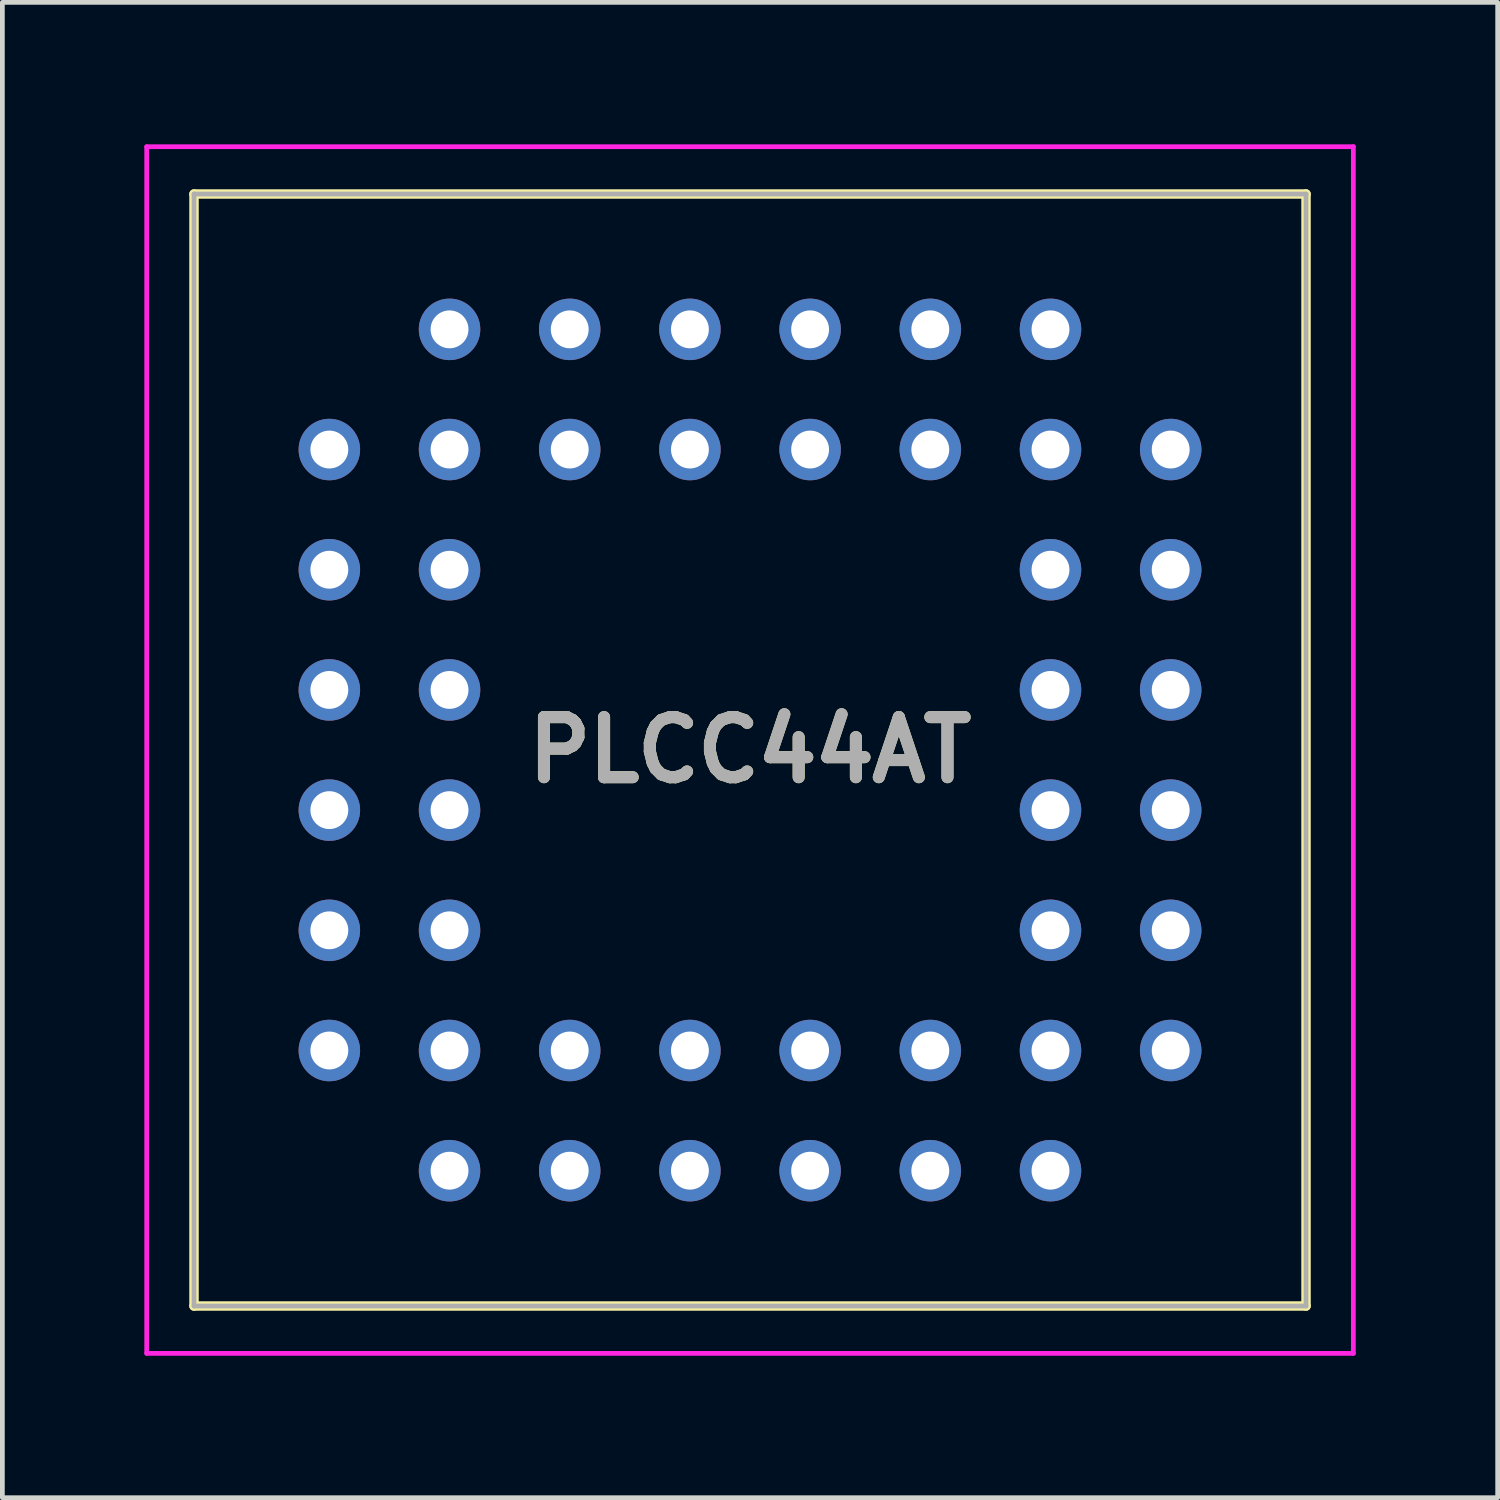
<source format=kicad_pcb>
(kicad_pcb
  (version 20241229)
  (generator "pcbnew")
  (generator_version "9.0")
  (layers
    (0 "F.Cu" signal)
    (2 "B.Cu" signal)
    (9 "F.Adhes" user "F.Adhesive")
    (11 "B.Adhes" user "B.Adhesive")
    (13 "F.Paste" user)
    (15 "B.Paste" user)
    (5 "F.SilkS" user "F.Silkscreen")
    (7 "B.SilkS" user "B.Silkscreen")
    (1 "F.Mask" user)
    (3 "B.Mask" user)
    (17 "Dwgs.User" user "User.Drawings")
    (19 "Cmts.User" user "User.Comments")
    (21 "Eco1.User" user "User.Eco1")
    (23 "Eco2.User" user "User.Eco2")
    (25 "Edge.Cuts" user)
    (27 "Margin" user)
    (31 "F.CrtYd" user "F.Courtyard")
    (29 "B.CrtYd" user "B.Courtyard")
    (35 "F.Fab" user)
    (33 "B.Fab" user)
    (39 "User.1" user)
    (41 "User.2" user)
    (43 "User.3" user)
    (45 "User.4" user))
  (footprint "PLCC44AT"
    (layer "F.Cu")
    (at 11.53 3.91)
    (property "Reference" "PLCC44AT" (at 1.27 8.89 0) (layer "F.SilkS") (effects (font (size 1.27 1.27) (thickness 0.254))))
    (attr through_hole)
    (fp_line (start -10.48 -2.86) (end 13.02 -2.86) (stroke (width 0.2) (type solid)) (layer "F.SilkS"))
    (fp_line (start -10.48 20.64) (end -10.48 -2.86) (stroke (width 0.2) (type solid)) (layer "F.SilkS"))
    (fp_line (start 13.02 -2.86) (end 13.02 20.64) (stroke (width 0.2) (type solid)) (layer "F.SilkS"))
    (fp_line (start 13.02 20.64) (end -10.48 20.64) (stroke (width 0.2) (type solid)) (layer "F.SilkS"))
    (fp_line (start -11.48 -3.86) (end 14.02 -3.86) (stroke (width 0.1) (type solid)) (layer "F.CrtYd"))
    (fp_line (start -11.48 21.64) (end -11.48 -3.86) (stroke (width 0.1) (type solid)) (layer "F.CrtYd"))
    (fp_line (start 14.02 -3.86) (end 14.02 21.64) (stroke (width 0.1) (type solid)) (layer "F.CrtYd"))
    (fp_line (start 14.02 21.64) (end -11.48 21.64) (stroke (width 0.1) (type solid)) (layer "F.CrtYd"))
    (fp_line (start -10.48 -2.86) (end 13.02 -2.86) (stroke (width 0.1) (type solid)) (layer "F.Fab"))
    (fp_line (start -10.48 20.64) (end -10.48 -2.86) (stroke (width 0.1) (type solid)) (layer "F.Fab"))
    (fp_line (start 13.02 -2.86) (end 13.02 20.64) (stroke (width 0.1) (type solid)) (layer "F.Fab"))
    (fp_line (start 13.02 20.64) (end -10.48 20.64) (stroke (width 0.1) (type solid)) (layer "F.Fab"))
    (fp_text user "${REFERENCE}" (at 1.27 8.89 0) (layer "F.Fab") (effects (font (size 1.27 1.27) (thickness 0.254))))
    (pad "1" thru_hole circle (at 0 0) (size 1.3 1.3) (drill 0.8) (layers "*.Cu" "*.Mask"))
    (pad "2" thru_hole circle (at 0 2.54) (size 1.3 1.3) (drill 0.8) (layers "*.Cu" "*.Mask"))
    (pad "3" thru_hole circle (at -2.54 0) (size 1.3 1.3) (drill 0.8) (layers "*.Cu" "*.Mask"))
    (pad "4" thru_hole circle (at -2.54 2.54) (size 1.3 1.3) (drill 0.8) (layers "*.Cu" "*.Mask"))
    (pad "5" thru_hole circle (at -5.08 0) (size 1.3 1.3) (drill 0.8) (layers "*.Cu" "*.Mask"))
    (pad "6" thru_hole circle (at -7.62 2.54) (size 1.3 1.3) (drill 0.8) (layers "*.Cu" "*.Mask"))
    (pad "7" thru_hole circle (at -5.08 2.54) (size 1.3 1.3) (drill 0.8) (layers "*.Cu" "*.Mask"))
    (pad "8" thru_hole circle (at -7.62 5.08) (size 1.3 1.3) (drill 0.8) (layers "*.Cu" "*.Mask"))
    (pad "9" thru_hole circle (at -5.08 5.08) (size 1.3 1.3) (drill 0.8) (layers "*.Cu" "*.Mask"))
    (pad "10" thru_hole circle (at -7.62 7.62) (size 1.3 1.3) (drill 0.8) (layers "*.Cu" "*.Mask"))
    (pad "11" thru_hole circle (at -5.08 7.62) (size 1.3 1.3) (drill 0.8) (layers "*.Cu" "*.Mask"))
    (pad "12" thru_hole circle (at -7.62 10.16) (size 1.3 1.3) (drill 0.8) (layers "*.Cu" "*.Mask"))
    (pad "13" thru_hole circle (at -5.08 10.16) (size 1.3 1.3) (drill 0.8) (layers "*.Cu" "*.Mask"))
    (pad "14" thru_hole circle (at -7.62 12.7) (size 1.3 1.3) (drill 0.8) (layers "*.Cu" "*.Mask"))
    (pad "15" thru_hole circle (at -5.08 12.7) (size 1.3 1.3) (drill 0.8) (layers "*.Cu" "*.Mask"))
    (pad "16" thru_hole circle (at -7.62 15.24) (size 1.3 1.3) (drill 0.8) (layers "*.Cu" "*.Mask"))
    (pad "17" thru_hole circle (at -5.08 17.78) (size 1.3 1.3) (drill 0.8) (layers "*.Cu" "*.Mask"))
    (pad "18" thru_hole circle (at -5.08 15.24) (size 1.3 1.3) (drill 0.8) (layers "*.Cu" "*.Mask"))
    (pad "19" thru_hole circle (at -2.54 17.78) (size 1.3 1.3) (drill 0.8) (layers "*.Cu" "*.Mask"))
    (pad "20" thru_hole circle (at -2.54 15.24) (size 1.3 1.3) (drill 0.8) (layers "*.Cu" "*.Mask"))
    (pad "21" thru_hole circle (at 0 17.78) (size 1.3 1.3) (drill 0.8) (layers "*.Cu" "*.Mask"))
    (pad "22" thru_hole circle (at 0 15.24) (size 1.3 1.3) (drill 0.8) (layers "*.Cu" "*.Mask"))
    (pad "23" thru_hole circle (at 2.54 17.78) (size 1.3 1.3) (drill 0.8) (layers "*.Cu" "*.Mask"))
    (pad "24" thru_hole circle (at 2.54 15.24) (size 1.3 1.3) (drill 0.8) (layers "*.Cu" "*.Mask"))
    (pad "25" thru_hole circle (at 5.08 17.78) (size 1.3 1.3) (drill 0.8) (layers "*.Cu" "*.Mask"))
    (pad "26" thru_hole circle (at 5.08 15.24) (size 1.3 1.3) (drill 0.8) (layers "*.Cu" "*.Mask"))
    (pad "27" thru_hole circle (at 7.62 17.78) (size 1.3 1.3) (drill 0.8) (layers "*.Cu" "*.Mask"))
    (pad "28" thru_hole circle (at 10.16 15.24) (size 1.3 1.3) (drill 0.8) (layers "*.Cu" "*.Mask"))
    (pad "29" thru_hole circle (at 7.62 15.24) (size 1.3 1.3) (drill 0.8) (layers "*.Cu" "*.Mask"))
    (pad "30" thru_hole circle (at 10.16 12.7) (size 1.3 1.3) (drill 0.8) (layers "*.Cu" "*.Mask"))
    (pad "31" thru_hole circle (at 7.62 12.7) (size 1.3 1.3) (drill 0.8) (layers "*.Cu" "*.Mask"))
    (pad "32" thru_hole circle (at 10.16 10.16) (size 1.3 1.3) (drill 0.8) (layers "*.Cu" "*.Mask"))
    (pad "33" thru_hole circle (at 7.62 10.16) (size 1.3 1.3) (drill 0.8) (layers "*.Cu" "*.Mask"))
    (pad "34" thru_hole circle (at 10.16 7.62) (size 1.3 1.3) (drill 0.8) (layers "*.Cu" "*.Mask"))
    (pad "35" thru_hole circle (at 7.62 7.62) (size 1.3 1.3) (drill 0.8) (layers "*.Cu" "*.Mask"))
    (pad "36" thru_hole circle (at 10.16 5.08) (size 1.3 1.3) (drill 0.8) (layers "*.Cu" "*.Mask"))
    (pad "37" thru_hole circle (at 7.62 5.08) (size 1.3 1.3) (drill 0.8) (layers "*.Cu" "*.Mask"))
    (pad "38" thru_hole circle (at 10.16 2.54) (size 1.3 1.3) (drill 0.8) (layers "*.Cu" "*.Mask"))
    (pad "39" thru_hole circle (at 7.62 0) (size 1.3 1.3) (drill 0.8) (layers "*.Cu" "*.Mask"))
    (pad "40" thru_hole circle (at 7.62 2.54) (size 1.3 1.3) (drill 0.8) (layers "*.Cu" "*.Mask"))
    (pad "41" thru_hole circle (at 5.08 0) (size 1.3 1.3) (drill 0.8) (layers "*.Cu" "*.Mask"))
    (pad "42" thru_hole circle (at 5.08 2.54) (size 1.3 1.3) (drill 0.8) (layers "*.Cu" "*.Mask"))
    (pad "43" thru_hole circle (at 2.54 0) (size 1.3 1.3) (drill 0.8) (layers "*.Cu" "*.Mask"))
    (pad "44" thru_hole circle (at 2.54 2.54) (size 1.3 1.3) (drill 0.8) (layers "*.Cu" "*.Mask")))
  (gr_rect
    (start -3 -3)
    (end 28.6 28.6)
    (stroke (width 0.1) (type default))
    (fill no)
    (layer "Edge.Cuts")))
</source>
